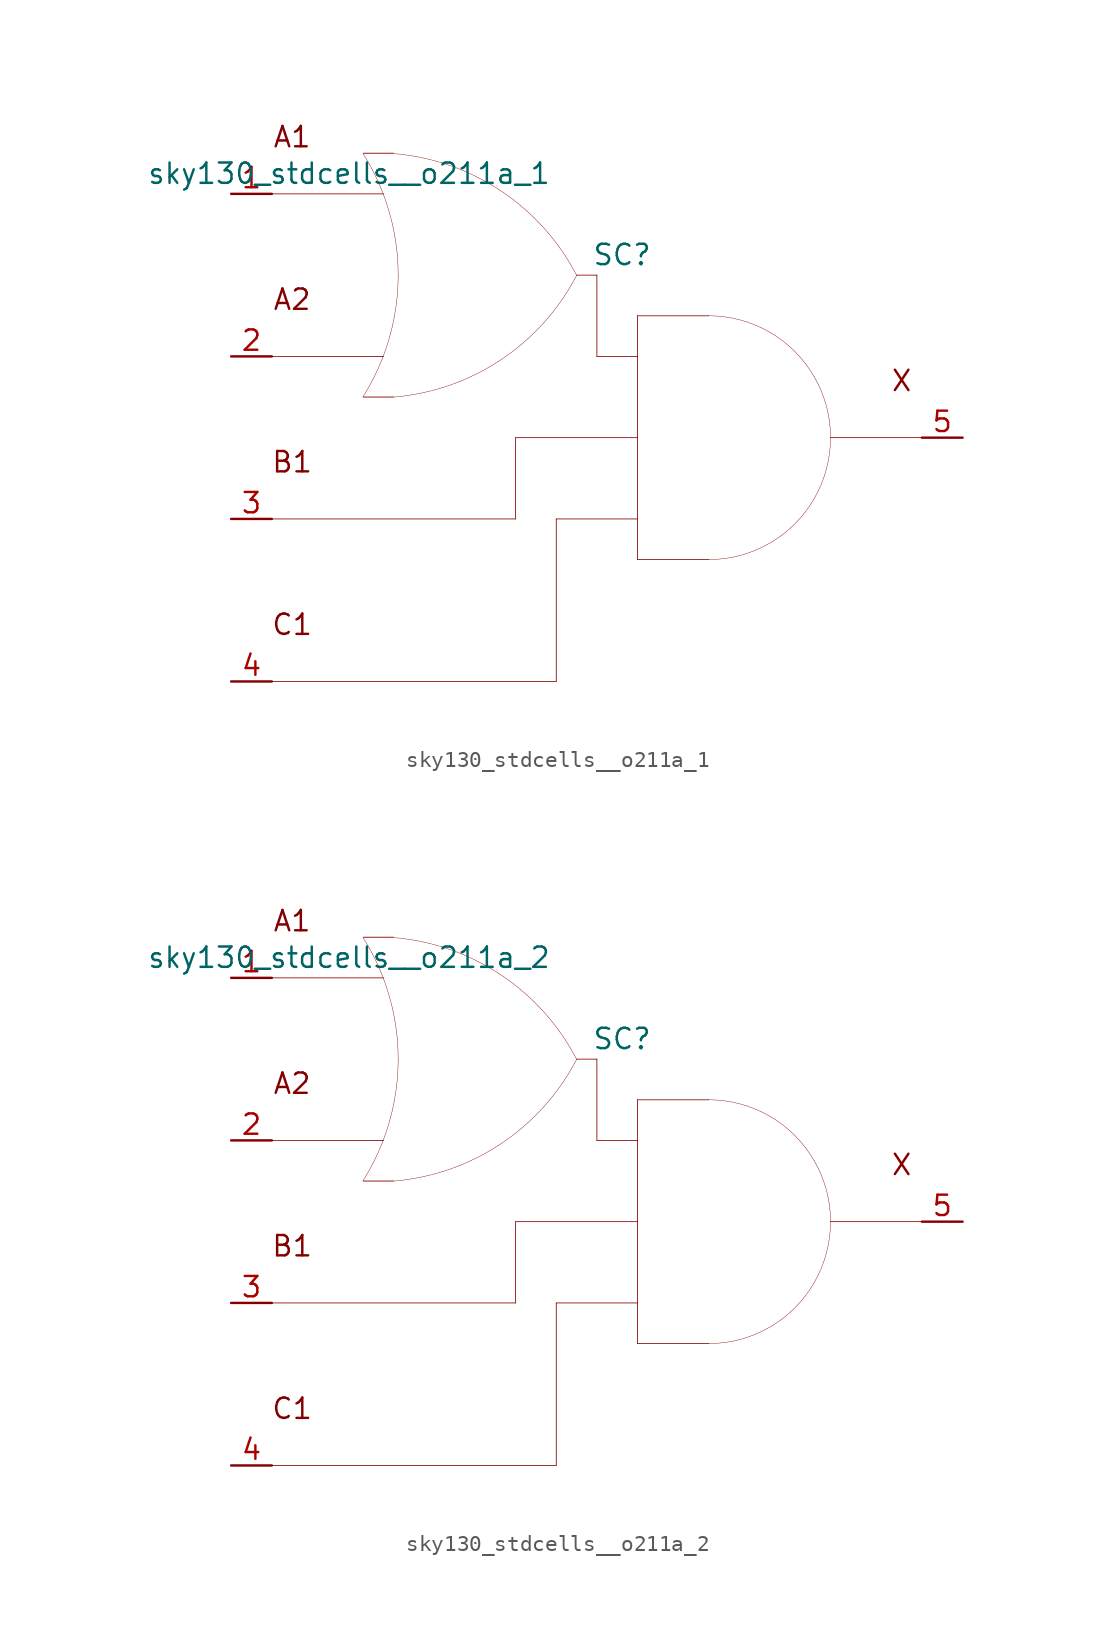
<source format=kicad_sym>
(kicad_symbol_lib
  (version 20211014)
  (generator kicad_symbol_editor)
  (symbol "sky130_stdcells__o211a_1"
    (pin_names hide)
    (property "Reference" "SC"
      (at 1.575 11.43 0)
      (effects (font (size 1.27 1.27))))
    (property "Value" "sky130_stdcells__o211a_1"
      (at -2.845 16.51 0)
      (effects (font (size 1.27 1.27)) (justify right)))
    (symbol "sky130_stdcells__o211a_1_0_0"
      (arc (start -14.6255 2.5458) (mid -13.968 3.702) (end -13.4212 4.9144) (stroke (width 0.0254) (type default) (color 0 0 0 0)) (fill (type none)))
      (arc (start -13.4212 4.9144) (mid -12.9863 6.1845) (end -12.673 7.4899) (stroke (width 0.0254) (type default) (color 0 0 0 0)) (fill (type none)))
      (arc (start -13.403 15.3593) (mid -13.9512 16.5848) (end -14.6123 17.7532) (stroke (width 0.0254) (type default) (color 0 0 0 0)) (fill (type none)))
      (arc (start -12.705 2.5369) (mid -6.011 4.8614) (end -1.2741 10.1316) (stroke (width 0.0254) (type default) (color 0 0 0 0)) (fill (type none)))
      (arc (start -12.673 7.4899) (mid -12.4838 8.819) (end -12.4206 10.16) (stroke (width 0.0254) (type default) (color 0 0 0 0)) (fill (type none)))
      (arc (start -12.6684 12.8056) (mid -12.9761 14.0996) (end -13.403 15.3593) (stroke (width 0.0254) (type default) (color 0 0 0 0)) (fill (type none)))
      (arc (start -12.4206 10.16) (mid -12.4827 11.4886) (end -12.6684 12.8056) (stroke (width 0.0254) (type default) (color 0 0 0 0)) (fill (type none)))
      (arc (start -1.2513 10.119) (mid -5.9698 15.4056) (end -12.6556 17.7535) (stroke (width 0.0254) (type default) (color 0 0 0 0)) (fill (type none)))
      (polyline (pts (xy -20.32 -15.24) (xy -2.54 -15.24)) (stroke (width 0.051) (type default) (color 0 0 0 0)) (fill (type none)))
      (polyline (pts (xy -20.32 -5.08) (xy -5.08 -5.08)) (stroke (width 0.051) (type default) (color 0 0 0 0)) (fill (type none)))
      (polyline (pts (xy -20.32 5.08) (xy -13.335 5.08)) (stroke (width 0.051) (type default) (color 0 0 0 0)) (fill (type none)))
      (polyline (pts (xy -20.32 15.24) (xy -13.335 15.24)) (stroke (width 0.051) (type default) (color 0 0 0 0)) (fill (type none)))
      (polyline (pts (xy -14.605 2.54) (xy -12.7 2.54)) (stroke (width 0.051) (type default) (color 0 0 0 0)) (fill (type none)))
      (polyline (pts (xy -14.605 17.78) (xy -12.7 17.78)) (stroke (width 0.051) (type default) (color 0 0 0 0)) (fill (type none)))
      (polyline (pts (xy -5.08 0) (xy -5.08 -5.08)) (stroke (width 0.051) (type default) (color 0 0 0 0)) (fill (type none)))
      (polyline (pts (xy -5.08 0) (xy 2.54 0)) (stroke (width 0.051) (type default) (color 0 0 0 0)) (fill (type none)))
      (polyline (pts (xy -2.54 -5.08) (xy -2.54 -15.24)) (stroke (width 0.051) (type default) (color 0 0 0 0)) (fill (type none)))
      (polyline (pts (xy -2.54 -5.08) (xy 2.54 -5.08)) (stroke (width 0.051) (type default) (color 0 0 0 0)) (fill (type none)))
      (polyline (pts (xy -1.27 10.16) (xy 0 10.16)) (stroke (width 0.051) (type default) (color 0 0 0 0)) (fill (type none)))
      (polyline (pts (xy 0 5.08) (xy 2.54 5.08)) (stroke (width 0.051) (type default) (color 0 0 0 0)) (fill (type none)))
      (polyline (pts (xy 0 10.16) (xy 0 5.08)) (stroke (width 0.051) (type default) (color 0 0 0 0)) (fill (type none)))
      (polyline (pts (xy 2.54 -7.62) (xy 6.985 -7.62)) (stroke (width 0.051) (type default) (color 0 0 0 0)) (fill (type none)))
      (polyline (pts (xy 2.54 7.62) (xy 2.54 -7.62)) (stroke (width 0.051) (type default) (color 0 0 0 0)) (fill (type none)))
      (polyline (pts (xy 2.54 7.62) (xy 6.985 7.62)) (stroke (width 0.051) (type default) (color 0 0 0 0)) (fill (type none)))
      (polyline (pts (xy 14.605 0) (xy 20.32 0)) (stroke (width 0.051) (type default) (color 0 0 0 0)) (fill (type none)))
      (arc (start 6.985 -7.62) (mid 8.9572 -7.3604) (end 10.795 -6.5991) (stroke (width 0.0254) (type default) (color 0 0 0 0)) (fill (type none)))
      (arc (start 10.795 -6.5991) (mid 12.3731 -5.3881) (end 13.5841 -3.81) (stroke (width 0.0254) (type default) (color 0 0 0 0)) (fill (type none)))
      (arc (start 10.795 6.5991) (mid 8.9572 7.3603) (end 6.985 7.62) (stroke (width 0.0254) (type default) (color 0 0 0 0)) (fill (type none)))
      (arc (start 13.5841 -3.81) (mid 14.3453 -1.9722) (end 14.605 0) (stroke (width 0.0254) (type default) (color 0 0 0 0)) (fill (type none)))
      (arc (start 13.5841 3.81) (mid 12.3731 5.3881) (end 10.795 6.5991) (stroke (width 0.0254) (type default) (color 0 0 0 0)) (fill (type none)))
      (arc (start 14.605 0) (mid 14.3454 1.9722) (end 13.5841 3.81) (stroke (width 0.0254) (type default) (color 0 0 0 0)) (fill (type none)))
      (text "A1" (at -19.05 18.796 0) (effects (font (size 1.27 1.27))))
      (text "A2" (at -19.05 8.636 0) (effects (font (size 1.27 1.27))))
      (text "B1" (at -19.05 -1.524 0) (effects (font (size 1.27 1.27))))
      (text "C1" (at -19.05 -11.684 0) (effects (font (size 1.27 1.27))))
      (text "X" (at 19.05 3.556 0) (effects (font (size 1.27 1.27)))))
    (symbol "sky130_stdcells__o211a_1_1_1"
      (pin input line (at -22.86 15.24 0) (length 2.54) (name "A1" (effects (font (size 1.092 1.092)))) (number "1" (effects (font (size 1.27 1.27)))))
      (pin input line (at -22.86 5.08 0) (length 2.54) (name "A2" (effects (font (size 1.092 1.092)))) (number "2" (effects (font (size 1.27 1.27)))))
      (pin input line (at -22.86 -5.08 0) (length 2.54) (name "B1" (effects (font (size 1.092 1.092)))) (number "3" (effects (font (size 1.27 1.27)))))
      (pin input line (at -22.86 -15.24 0) (length 2.54) (name "C1" (effects (font (size 1.092 1.092)))) (number "4" (effects (font (size 1.27 1.27)))))
      (pin output line (at 22.86 0 180) (length 2.54) (name "X" (effects (font (size 1.092 1.092)))) (number "5" (effects (font (size 1.27 1.27)))))))
  (symbol "sky130_stdcells__o211a_2"
    (pin_names hide)
    (property "Reference" "SC"
      (at 1.575 11.43 0)
      (effects (font (size 1.27 1.27))))
    (property "Value" "sky130_stdcells__o211a_2"
      (at -2.845 16.51 0)
      (effects (font (size 1.27 1.27)) (justify right)))
    (symbol "sky130_stdcells__o211a_2_0_0"
      (arc (start -14.6255 2.5458) (mid -13.968 3.702) (end -13.4212 4.9144) (stroke (width 0.0254) (type default) (color 0 0 0 0)) (fill (type none)))
      (arc (start -13.4212 4.9144) (mid -12.9863 6.1845) (end -12.673 7.4899) (stroke (width 0.0254) (type default) (color 0 0 0 0)) (fill (type none)))
      (arc (start -13.403 15.3593) (mid -13.9512 16.5848) (end -14.6123 17.7532) (stroke (width 0.0254) (type default) (color 0 0 0 0)) (fill (type none)))
      (arc (start -12.705 2.5369) (mid -6.011 4.8614) (end -1.2741 10.1316) (stroke (width 0.0254) (type default) (color 0 0 0 0)) (fill (type none)))
      (arc (start -12.673 7.4899) (mid -12.4838 8.819) (end -12.4206 10.16) (stroke (width 0.0254) (type default) (color 0 0 0 0)) (fill (type none)))
      (arc (start -12.6684 12.8056) (mid -12.9761 14.0996) (end -13.403 15.3593) (stroke (width 0.0254) (type default) (color 0 0 0 0)) (fill (type none)))
      (arc (start -12.4206 10.16) (mid -12.4827 11.4886) (end -12.6684 12.8056) (stroke (width 0.0254) (type default) (color 0 0 0 0)) (fill (type none)))
      (arc (start -1.2513 10.119) (mid -5.9698 15.4056) (end -12.6556 17.7535) (stroke (width 0.0254) (type default) (color 0 0 0 0)) (fill (type none)))
      (polyline (pts (xy -20.32 -15.24) (xy -2.54 -15.24)) (stroke (width 0.051) (type default) (color 0 0 0 0)) (fill (type none)))
      (polyline (pts (xy -20.32 -5.08) (xy -5.08 -5.08)) (stroke (width 0.051) (type default) (color 0 0 0 0)) (fill (type none)))
      (polyline (pts (xy -20.32 5.08) (xy -13.335 5.08)) (stroke (width 0.051) (type default) (color 0 0 0 0)) (fill (type none)))
      (polyline (pts (xy -20.32 15.24) (xy -13.335 15.24)) (stroke (width 0.051) (type default) (color 0 0 0 0)) (fill (type none)))
      (polyline (pts (xy -14.605 2.54) (xy -12.7 2.54)) (stroke (width 0.051) (type default) (color 0 0 0 0)) (fill (type none)))
      (polyline (pts (xy -14.605 17.78) (xy -12.7 17.78)) (stroke (width 0.051) (type default) (color 0 0 0 0)) (fill (type none)))
      (polyline (pts (xy -5.08 0) (xy -5.08 -5.08)) (stroke (width 0.051) (type default) (color 0 0 0 0)) (fill (type none)))
      (polyline (pts (xy -5.08 0) (xy 2.54 0)) (stroke (width 0.051) (type default) (color 0 0 0 0)) (fill (type none)))
      (polyline (pts (xy -2.54 -5.08) (xy -2.54 -15.24)) (stroke (width 0.051) (type default) (color 0 0 0 0)) (fill (type none)))
      (polyline (pts (xy -2.54 -5.08) (xy 2.54 -5.08)) (stroke (width 0.051) (type default) (color 0 0 0 0)) (fill (type none)))
      (polyline (pts (xy -1.27 10.16) (xy 0 10.16)) (stroke (width 0.051) (type default) (color 0 0 0 0)) (fill (type none)))
      (polyline (pts (xy 0 5.08) (xy 2.54 5.08)) (stroke (width 0.051) (type default) (color 0 0 0 0)) (fill (type none)))
      (polyline (pts (xy 0 10.16) (xy 0 5.08)) (stroke (width 0.051) (type default) (color 0 0 0 0)) (fill (type none)))
      (polyline (pts (xy 2.54 -7.62) (xy 6.985 -7.62)) (stroke (width 0.051) (type default) (color 0 0 0 0)) (fill (type none)))
      (polyline (pts (xy 2.54 7.62) (xy 2.54 -7.62)) (stroke (width 0.051) (type default) (color 0 0 0 0)) (fill (type none)))
      (polyline (pts (xy 2.54 7.62) (xy 6.985 7.62)) (stroke (width 0.051) (type default) (color 0 0 0 0)) (fill (type none)))
      (polyline (pts (xy 14.605 0) (xy 20.32 0)) (stroke (width 0.051) (type default) (color 0 0 0 0)) (fill (type none)))
      (arc (start 6.985 -7.62) (mid 8.9572 -7.3604) (end 10.795 -6.5991) (stroke (width 0.0254) (type default) (color 0 0 0 0)) (fill (type none)))
      (arc (start 10.795 -6.5991) (mid 12.3731 -5.3881) (end 13.5841 -3.81) (stroke (width 0.0254) (type default) (color 0 0 0 0)) (fill (type none)))
      (arc (start 10.795 6.5991) (mid 8.9572 7.3603) (end 6.985 7.62) (stroke (width 0.0254) (type default) (color 0 0 0 0)) (fill (type none)))
      (arc (start 13.5841 -3.81) (mid 14.3453 -1.9722) (end 14.605 0) (stroke (width 0.0254) (type default) (color 0 0 0 0)) (fill (type none)))
      (arc (start 13.5841 3.81) (mid 12.3731 5.3881) (end 10.795 6.5991) (stroke (width 0.0254) (type default) (color 0 0 0 0)) (fill (type none)))
      (arc (start 14.605 0) (mid 14.3454 1.9722) (end 13.5841 3.81) (stroke (width 0.0254) (type default) (color 0 0 0 0)) (fill (type none)))
      (text "A1" (at -19.05 18.796 0) (effects (font (size 1.27 1.27))))
      (text "A2" (at -19.05 8.636 0) (effects (font (size 1.27 1.27))))
      (text "B1" (at -19.05 -1.524 0) (effects (font (size 1.27 1.27))))
      (text "C1" (at -19.05 -11.684 0) (effects (font (size 1.27 1.27))))
      (text "X" (at 19.05 3.556 0) (effects (font (size 1.27 1.27)))))
    (symbol "sky130_stdcells__o211a_2_1_1"
      (pin input line (at -22.86 15.24 0) (length 2.54) (name "A1" (effects (font (size 1.092 1.092)))) (number "1" (effects (font (size 1.27 1.27)))))
      (pin input line (at -22.86 5.08 0) (length 2.54) (name "A2" (effects (font (size 1.092 1.092)))) (number "2" (effects (font (size 1.27 1.27)))))
      (pin input line (at -22.86 -5.08 0) (length 2.54) (name "B1" (effects (font (size 1.092 1.092)))) (number "3" (effects (font (size 1.27 1.27)))))
      (pin input line (at -22.86 -15.24 0) (length 2.54) (name "C1" (effects (font (size 1.092 1.092)))) (number "4" (effects (font (size 1.27 1.27)))))
      (pin output line (at 22.86 0 180) (length 2.54) (name "X" (effects (font (size 1.092 1.092)))) (number "5" (effects (font (size 1.27 1.27))))))))
</source>
